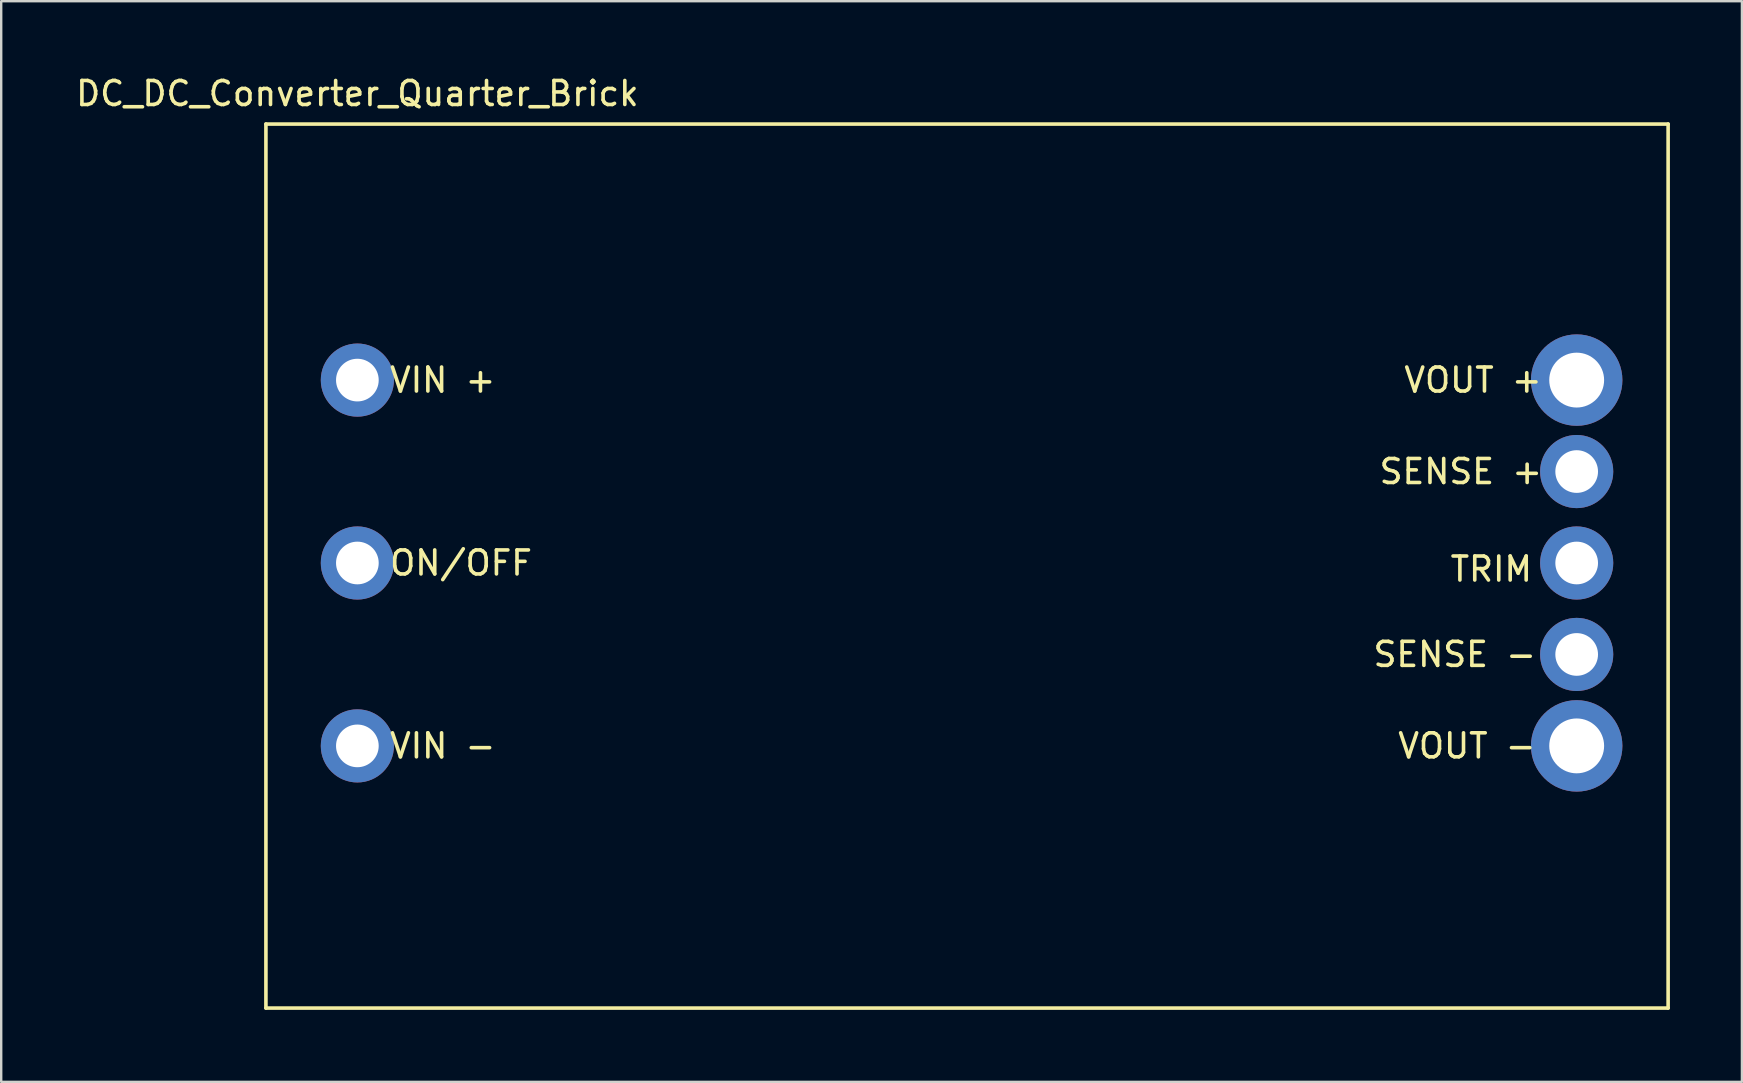
<source format=kicad_pcb>
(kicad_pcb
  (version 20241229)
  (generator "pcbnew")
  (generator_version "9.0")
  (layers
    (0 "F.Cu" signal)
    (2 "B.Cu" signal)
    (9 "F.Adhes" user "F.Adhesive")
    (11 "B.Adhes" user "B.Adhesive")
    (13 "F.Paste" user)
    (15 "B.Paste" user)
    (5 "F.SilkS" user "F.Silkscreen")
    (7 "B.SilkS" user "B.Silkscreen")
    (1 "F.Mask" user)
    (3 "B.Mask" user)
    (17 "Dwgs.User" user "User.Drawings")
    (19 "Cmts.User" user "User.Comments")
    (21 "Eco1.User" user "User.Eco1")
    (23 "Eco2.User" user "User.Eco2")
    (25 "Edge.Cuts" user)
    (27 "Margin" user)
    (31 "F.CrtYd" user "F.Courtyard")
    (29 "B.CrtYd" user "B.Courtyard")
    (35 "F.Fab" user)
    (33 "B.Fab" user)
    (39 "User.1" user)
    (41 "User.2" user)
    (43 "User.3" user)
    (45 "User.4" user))
  (footprint "DC_DC_Converter_Quarter_Brick"
    (layer "F.Cu")
    (at 62.639 12.786)
    (property "Reference" "DC_DC_Converter_Quarter_Brick" (at -50.8 -11.938 0) (layer "F.SilkS") (effects (font (size 1 1) (thickness 0.15))))
    (attr through_hole)
    (fp_line (start -54.61 -10.668) (end -54.61 26.162) (stroke (width 0.15) (type solid)) (layer "F.SilkS"))
    (fp_line (start -54.61 -10.668) (end 3.81 -10.668) (stroke (width 0.15) (type solid)) (layer "F.SilkS"))
    (fp_line (start -54.61 26.162) (end 3.81 26.162) (stroke (width 0.15) (type solid)) (layer "F.SilkS"))
    (fp_line (start 3.81 -10.668) (end 3.81 26.162) (stroke (width 0.15) (type solid)) (layer "F.SilkS"))
    (fp_text user "SENSE +" (at -4.826 3.81 0) (layer "F.SilkS") (effects (font (size 1 1) (thickness 0.15))))
    (fp_text user "TRIM" (at -3.556 7.874 0) (layer "F.SilkS") (effects (font (size 1 1) (thickness 0.15))))
    (fp_text user "VIN -" (at -47.244 15.24 0) (layer "F.SilkS") (effects (font (size 1 1) (thickness 0.15))))
    (fp_text user "VIN +" (at -47.244 0 0) (layer "F.SilkS") (effects (font (size 1 1) (thickness 0.15))))
    (fp_text user "VOUT -" (at -4.572 15.24 0) (layer "F.SilkS") (effects (font (size 1 1) (thickness 0.15))))
    (fp_text user "SENSE -" (at -5.08 11.43 0) (layer "F.SilkS") (effects (font (size 1 1) (thickness 0.15))))
    (fp_text user "ON/OFF" (at -46.482 7.62 0) (layer "F.SilkS") (effects (font (size 1 1) (thickness 0.15))))
    (fp_text user "VOUT +" (at -4.318 0 0) (layer "F.SilkS") (effects (font (size 1 1) (thickness 0.15))))
    (pad "1" thru_hole circle (at -50.8 0) (size 3.048 3.048) (drill 1.778) (layers "*.Cu" "*.Mask"))
    (pad "2" thru_hole circle (at -50.8 7.62) (size 3.048 3.048) (drill 1.778) (layers "*.Cu" "*.Mask"))
    (pad "3" thru_hole circle (at -50.8 15.24) (size 3.048 3.048) (drill 1.778) (layers "*.Cu" "*.Mask"))
    (pad "4" thru_hole circle (at 0 15.24) (size 3.81 3.81) (drill 2.286) (layers "*.Cu" "*.Mask"))
    (pad "5" thru_hole circle (at 0 11.43) (size 3.048 3.048) (drill 1.778) (layers "*.Cu" "*.Mask"))
    (pad "6" thru_hole circle (at 0 7.62) (size 3.048 3.048) (drill 1.778) (layers "*.Cu" "*.Mask"))
    (pad "7" thru_hole circle (at 0 3.81) (size 3.048 3.048) (drill 1.778) (layers "*.Cu" "*.Mask"))
    (pad "8" thru_hole circle (at 0 0) (size 3.81 3.81) (drill 2.286) (layers "*.Cu" "*.Mask")))
  (gr_rect
    (start -3 -3)
    (end 69.524 42.023)
    (stroke (width 0.1) (type default))
    (fill no)
    (layer "Edge.Cuts")))
</source>
